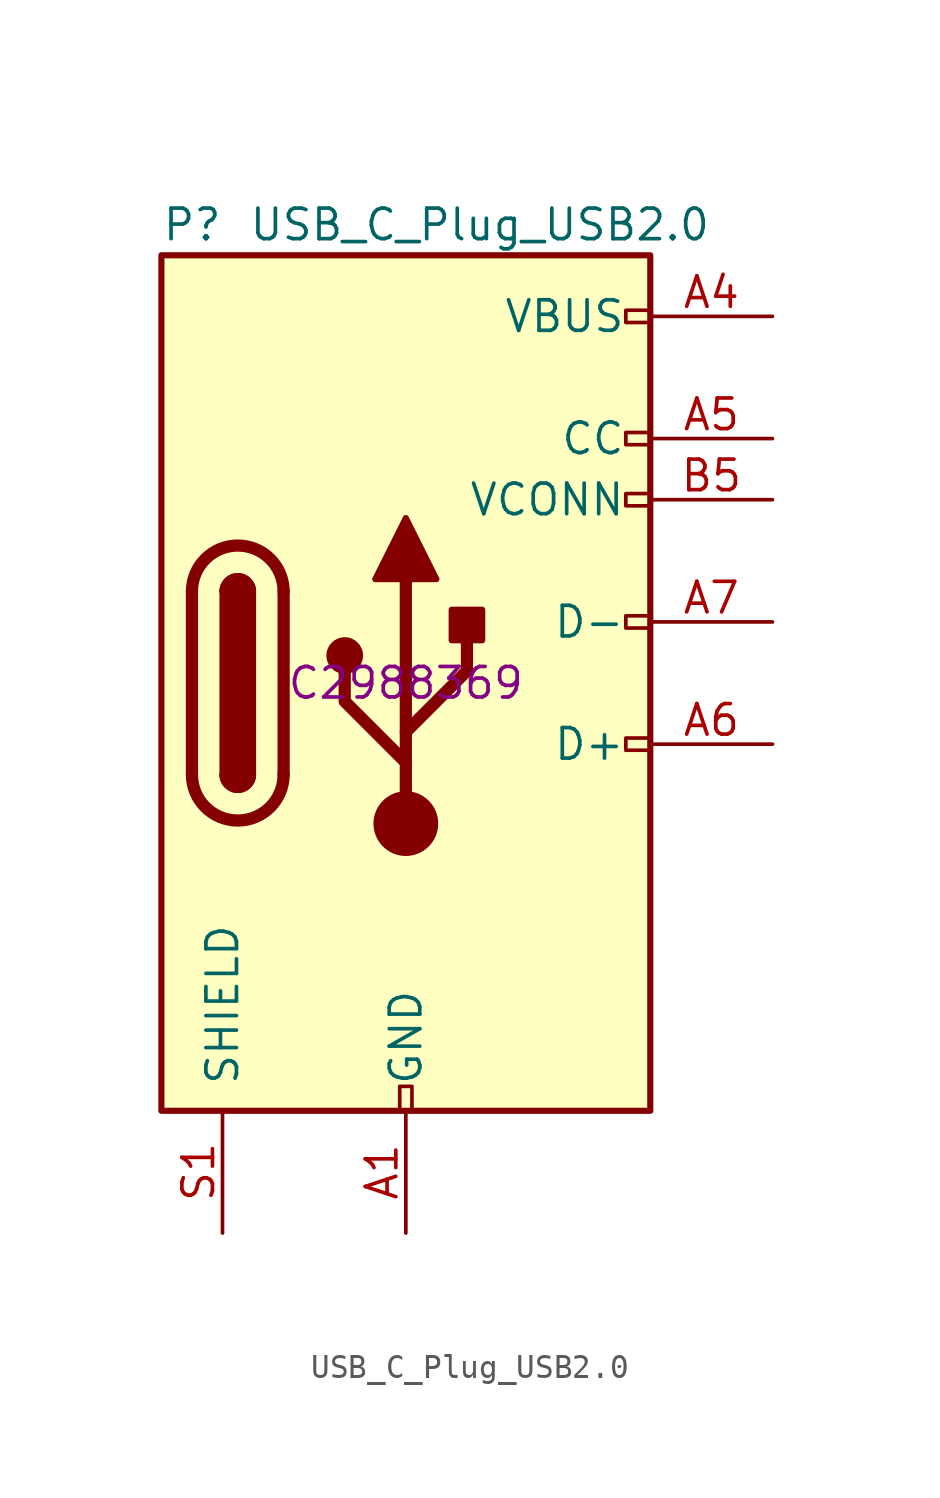
<source format=kicad_sym>
(kicad_symbol_lib
  (version 20231120)
  (generator "kicad_symbol_editor")
  (generator_version "8.0")
  (symbol "USB_C_Plug_USB2.0"
    (pin_names
      (offset 1.016))
    (property "Reference" "P"
      (at -10.16 19.05 0)
      (effects (font (size 1.27 1.27)) (justify left)))
    (property "Value" "USB_C_Plug_USB2.0"
      (at 12.7 19.05 0)
      (effects (font (size 1.27 1.27)) (justify right)))
    (property "LCSC Part #" "C2988369"
      (at 0 0 0)
      (effects (font (size 1.27 1.27))))
    (symbol "USB_C_Plug_USB2.0_0_0"
      (rectangle (start -0.254 -17.78) (end 0.254 -16.764) (stroke (width 0) (type default)) (fill (type none)))
      (rectangle (start 10.16 -2.286) (end 9.144 -2.794) (stroke (width 0) (type default)) (fill (type none)))
      (rectangle (start 10.16 2.794) (end 9.144 2.286) (stroke (width 0) (type default)) (fill (type none)))
      (rectangle (start 10.16 7.874) (end 9.144 7.366) (stroke (width 0) (type default)) (fill (type none)))
      (rectangle (start 10.16 10.414) (end 9.144 9.906) (stroke (width 0) (type default)) (fill (type none)))
      (rectangle (start 10.16 15.494) (end 9.144 14.986) (stroke (width 0) (type default)) (fill (type none))))
    (symbol "USB_C_Plug_USB2.0_0_1"
      (rectangle (start -10.16 17.78) (end 10.16 -17.78) (stroke (width 0.254) (type default)) (fill (type background)))
      (arc (start -8.89 -3.81) (mid -6.985 -5.7067) (end -5.08 -3.81) (stroke (width 0.508) (type default)) (fill (type none)))
      (arc (start -7.62 -3.81) (mid -6.985 -4.4423) (end -6.35 -3.81) (stroke (width 0.254) (type default)) (fill (type none)))
      (arc (start -7.62 -3.81) (mid -6.985 -4.4423) (end -6.35 -3.81) (stroke (width 0.254) (type default)) (fill (type outline)))
      (rectangle (start -7.62 -3.81) (end -6.35 3.81) (stroke (width 0.254) (type default)) (fill (type outline)))
      (arc (start -6.35 3.81) (mid -6.985 4.4423) (end -7.62 3.81) (stroke (width 0.254) (type default)) (fill (type none)))
      (arc (start -6.35 3.81) (mid -6.985 4.4423) (end -7.62 3.81) (stroke (width 0.254) (type default)) (fill (type outline)))
      (arc (start -5.08 3.81) (mid -6.985 5.7067) (end -8.89 3.81) (stroke (width 0.508) (type default)) (fill (type none)))
      (circle (center -2.54 1.143) (radius 0.635) (stroke (width 0.254) (type default)) (fill (type outline)))
      (circle (center 0 -5.842) (radius 1.27) (stroke (width 0) (type default)) (fill (type outline)))
      (polyline (pts (xy -8.89 -3.81) (xy -8.89 3.81)) (stroke (width 0.508) (type default)) (fill (type none)))
      (polyline (pts (xy -5.08 3.81) (xy -5.08 -3.81)) (stroke (width 0.508) (type default)) (fill (type none)))
      (polyline (pts (xy 0 -5.842) (xy 0 4.318)) (stroke (width 0.508) (type default)) (fill (type none)))
      (polyline (pts (xy 0 -3.302) (xy -2.54 -0.762) (xy -2.54 0.508)) (stroke (width 0.508) (type default)) (fill (type none)))
      (polyline (pts (xy 0 -2.032) (xy 2.54 0.508) (xy 2.54 1.778)) (stroke (width 0.508) (type default)) (fill (type none)))
      (polyline (pts (xy -1.27 4.318) (xy 0 6.858) (xy 1.27 4.318) (xy -1.27 4.318)) (stroke (width 0.254) (type default)) (fill (type outline)))
      (rectangle (start 1.905 1.778) (end 3.175 3.048) (stroke (width 0.254) (type default)) (fill (type outline))))
    (symbol "USB_C_Plug_USB2.0_1_1"
      (pin passive line (at 0 -22.86 90) (length 5.08) (name "GND" (effects (font (size 1.27 1.27)))) (number "A1" (effects (font (size 1.27 1.27)))))
      (pin passive line (at 0 -22.86 90) (length 5.08) hide (name "GND" (effects (font (size 1.27 1.27)))) (number "A12" (effects (font (size 1.27 1.27)))))
      (pin passive line (at 15.24 15.24 180) (length 5.08) (name "VBUS" (effects (font (size 1.27 1.27)))) (number "A4" (effects (font (size 1.27 1.27)))))
      (pin bidirectional line (at 15.24 10.16 180) (length 5.08) (name "CC" (effects (font (size 1.27 1.27)))) (number "A5" (effects (font (size 1.27 1.27)))))
      (pin bidirectional line (at 15.24 -2.54 180) (length 5.08) (name "D+" (effects (font (size 1.27 1.27)))) (number "A6" (effects (font (size 1.27 1.27)))))
      (pin bidirectional line (at 15.24 2.54 180) (length 5.08) (name "D-" (effects (font (size 1.27 1.27)))) (number "A7" (effects (font (size 1.27 1.27)))))
      (pin passive line (at 15.24 15.24 180) (length 5.08) hide (name "VBUS" (effects (font (size 1.27 1.27)))) (number "A9" (effects (font (size 1.27 1.27)))))
      (pin passive line (at 0 -22.86 90) (length 5.08) hide (name "GND" (effects (font (size 1.27 1.27)))) (number "B1" (effects (font (size 1.27 1.27)))))
      (pin passive line (at 0 -22.86 90) (length 5.08) hide (name "GND" (effects (font (size 1.27 1.27)))) (number "B12" (effects (font (size 1.27 1.27)))))
      (pin passive line (at 15.24 15.24 180) (length 5.08) hide (name "VBUS" (effects (font (size 1.27 1.27)))) (number "B4" (effects (font (size 1.27 1.27)))))
      (pin bidirectional line (at 15.24 7.62 180) (length 5.08) (name "VCONN" (effects (font (size 1.27 1.27)))) (number "B5" (effects (font (size 1.27 1.27)))))
      (pin passive line (at 15.24 15.24 180) (length 5.08) hide (name "VBUS" (effects (font (size 1.27 1.27)))) (number "B9" (effects (font (size 1.27 1.27)))))
      (pin passive line (at -7.62 -22.86 90) (length 5.08) (name "SHIELD" (effects (font (size 1.27 1.27)))) (number "S1" (effects (font (size 1.27 1.27))))))))
</source>
